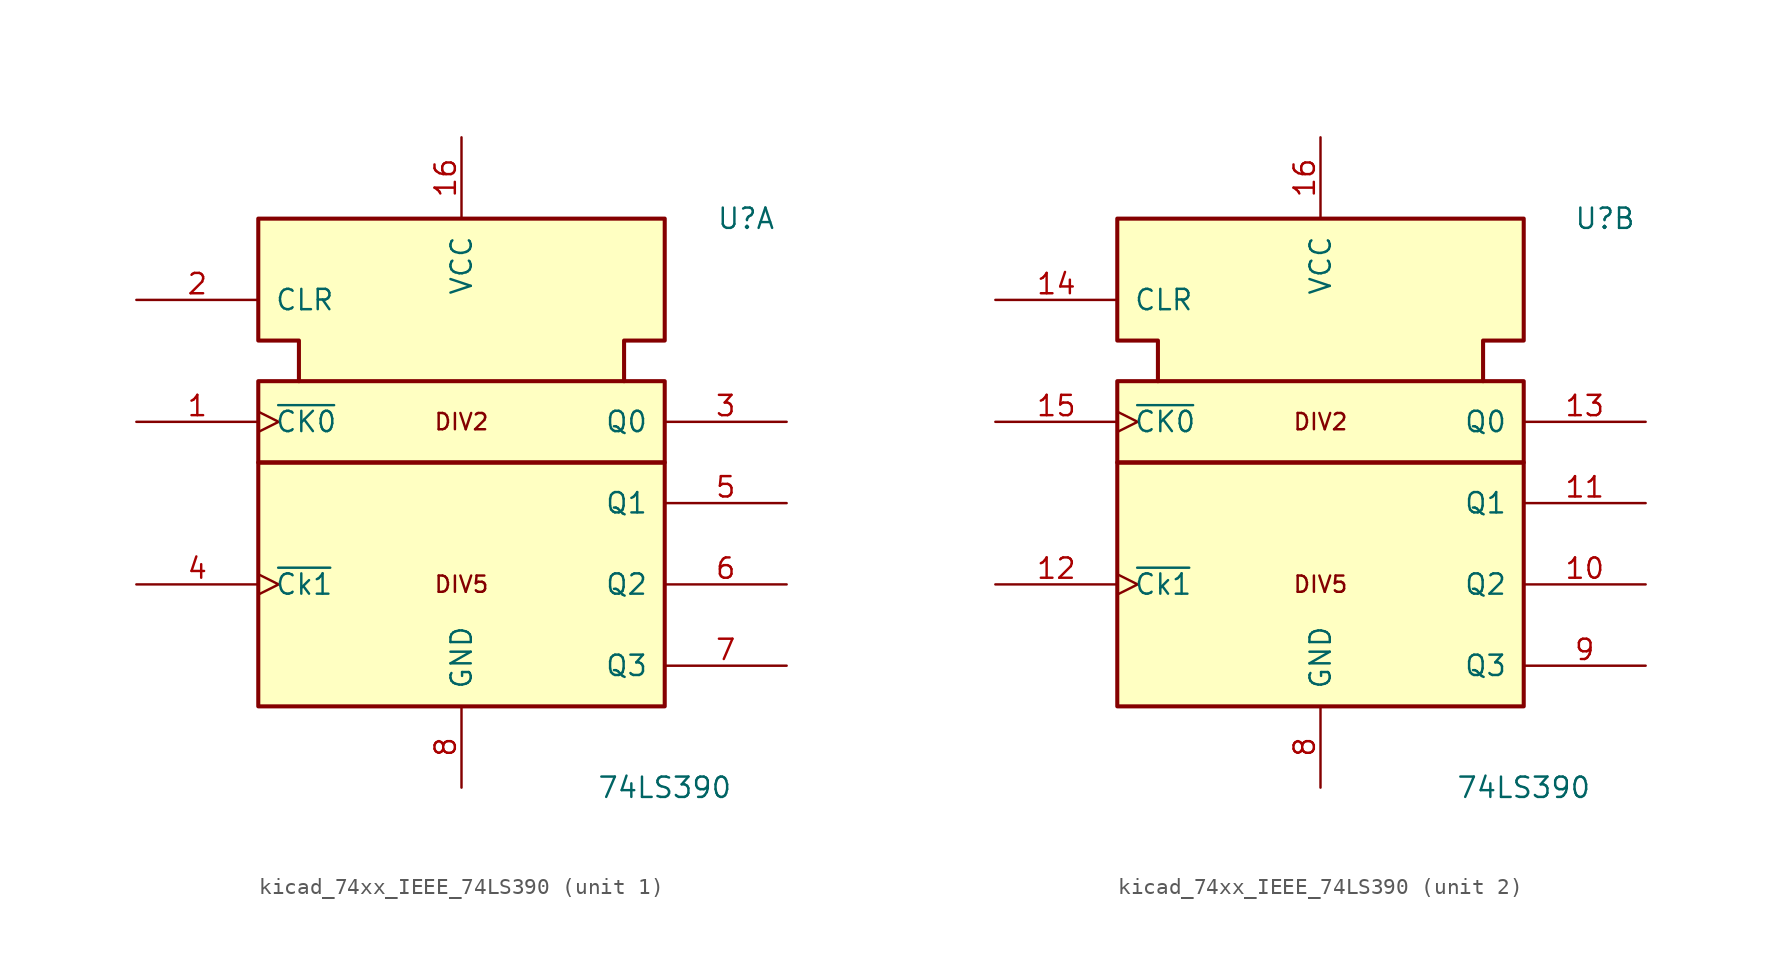
<source format=kicad_sym>
(kicad_symbol_lib
  (version 20220914)
  (generator kicad_symbol_editor)
  (symbol "kicad_74xx_IEEE_74LS390"
    (pin_names
      (offset 1.016))
    (property "Reference" "U"
      (at 17.78 20.32 0)
      (effects (font (size 1.27 1.27))))
    (property "Value" "74LS390"
      (at 12.7 -15.24 0)
      (effects (font (size 1.27 1.27))))
    (symbol "kicad_74xx_IEEE_74LS390_0_0"
      (rectangle (start -12.7 5.08) (end 12.7 -10.16) (stroke (width 0.254) (type default)) (fill (type background)))
      (rectangle (start -12.7 10.16) (end 12.7 5.08) (stroke (width 0.254) (type default)) (fill (type background)))
      (polyline (pts (xy -10.16 10.16) (xy -10.16 12.7) (xy -12.7 12.7) (xy -12.7 20.32) (xy 12.7 20.32) (xy 12.7 12.7) (xy 10.16 12.7) (xy 10.16 10.16) (xy 10.16 10.16)) (stroke (width 0.254) (type default)) (fill (type background)))
      (text "DIV2" (at 0 7.62 0) (effects (font (size 1.016 1.016))))
      (text "DIV5" (at 0 -2.54 0) (effects (font (size 1.016 1.016))))
      (pin power_in line (at 0 25.4 270) (length 5.08) (name "VCC" (effects (font (size 1.27 1.27)))) (number "16" (effects (font (size 1.27 1.27)))))
      (pin power_in line (at 0 -15.24 90) (length 5.08) (name "GND" (effects (font (size 1.27 1.27)))) (number "8" (effects (font (size 1.27 1.27))))))
    (symbol "kicad_74xx_IEEE_74LS390_1_1"
      (pin input clock (at -20.32 7.62 0) (length 7.62) (name "~{CK0}" (effects (font (size 1.27 1.27)))) (number "1" (effects (font (size 1.27 1.27)))))
      (pin input line (at -20.32 15.24 0) (length 7.62) (name "CLR" (effects (font (size 1.27 1.27)))) (number "2" (effects (font (size 1.27 1.27)))))
      (pin output line (at 20.32 7.62 180) (length 7.62) (name "Q0" (effects (font (size 1.27 1.27)))) (number "3" (effects (font (size 1.27 1.27)))))
      (pin input clock (at -20.32 -2.54 0) (length 7.62) (name "~{Ck1}" (effects (font (size 1.27 1.27)))) (number "4" (effects (font (size 1.27 1.27)))))
      (pin output line (at 20.32 2.54 180) (length 7.62) (name "Q1" (effects (font (size 1.27 1.27)))) (number "5" (effects (font (size 1.27 1.27)))))
      (pin output line (at 20.32 -2.54 180) (length 7.62) (name "Q2" (effects (font (size 1.27 1.27)))) (number "6" (effects (font (size 1.27 1.27)))))
      (pin output line (at 20.32 -7.62 180) (length 7.62) (name "Q3" (effects (font (size 1.27 1.27)))) (number "7" (effects (font (size 1.27 1.27))))))
    (symbol "kicad_74xx_IEEE_74LS390_2_1"
      (pin output line (at 20.32 -2.54 180) (length 7.62) (name "Q2" (effects (font (size 1.27 1.27)))) (number "10" (effects (font (size 1.27 1.27)))))
      (pin output line (at 20.32 2.54 180) (length 7.62) (name "Q1" (effects (font (size 1.27 1.27)))) (number "11" (effects (font (size 1.27 1.27)))))
      (pin input clock (at -20.32 -2.54 0) (length 7.62) (name "~{Ck1}" (effects (font (size 1.27 1.27)))) (number "12" (effects (font (size 1.27 1.27)))))
      (pin output line (at 20.32 7.62 180) (length 7.62) (name "Q0" (effects (font (size 1.27 1.27)))) (number "13" (effects (font (size 1.27 1.27)))))
      (pin input line (at -20.32 15.24 0) (length 7.62) (name "CLR" (effects (font (size 1.27 1.27)))) (number "14" (effects (font (size 1.27 1.27)))))
      (pin input clock (at -20.32 7.62 0) (length 7.62) (name "~{CK0}" (effects (font (size 1.27 1.27)))) (number "15" (effects (font (size 1.27 1.27)))))
      (pin output line (at 20.32 -7.62 180) (length 7.62) (name "Q3" (effects (font (size 1.27 1.27)))) (number "9" (effects (font (size 1.27 1.27))))))))
</source>
